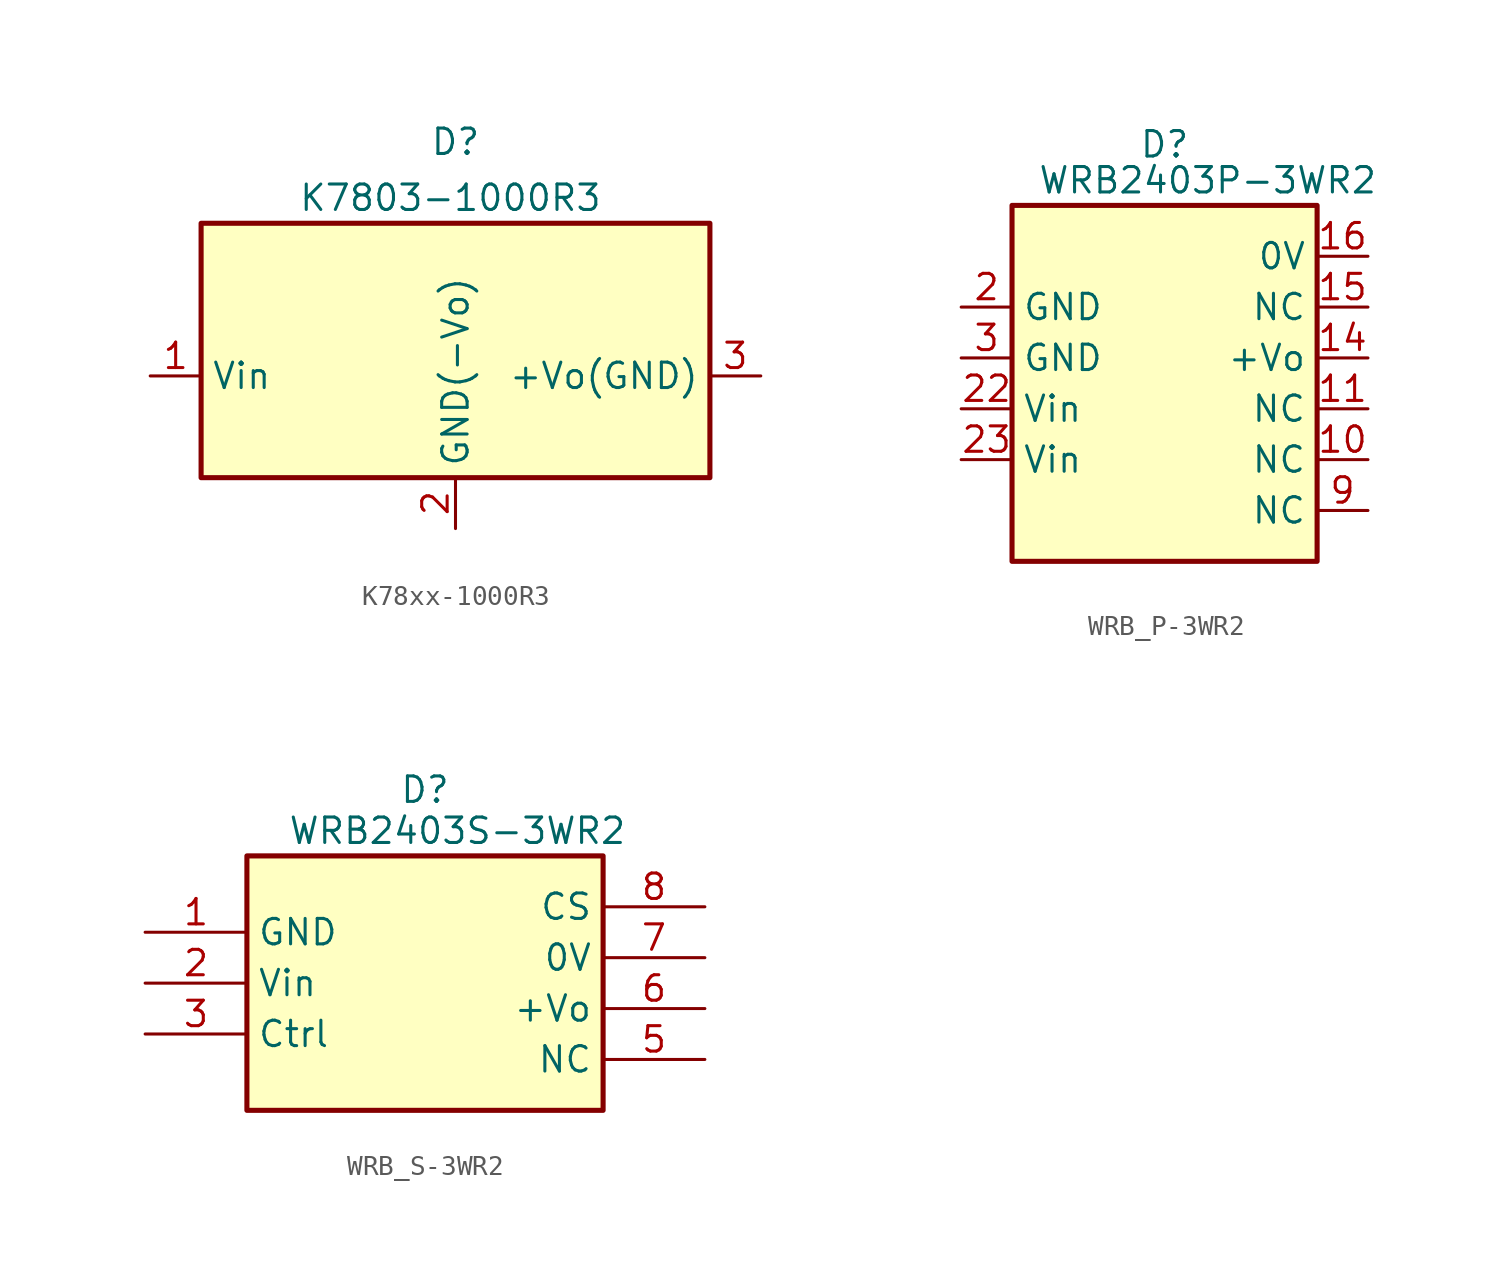
<source format=kicad_sym>
(kicad_symbol_lib
  (version 20231120)
  (generator "kicad_symbol_editor")
  (generator_version "8.0")
  (symbol "K78xx-1000R3"
    (property "Reference" "D"
      (at 0 11.684 0)
      (effects (font (size 1.27 1.27))))
    (property "Value" "K7803-1000R3"
      (at -0.254 8.89 0)
      (effects (font (size 1.27 1.27))))
    (symbol "K78xx-1000R3_1_0"
      (rectangle (start -12.7 7.62) (end 12.7 -5.08) (stroke (width 0.254) (type solid)) (fill (type background)))
      (pin passive line (at -15.24 0 0) (length 2.54) (name "Vin" (effects (font (size 1.27 1.27)))) (number "1" (effects (font (size 1.27 1.27)))))
      (pin passive line (at 0 -7.62 90) (length 2.54) (name "GND(-Vo)" (effects (font (size 1.27 1.27)))) (number "2" (effects (font (size 1.27 1.27)))))
      (pin passive line (at 15.24 0 180) (length 2.54) (name "+Vo(GND)" (effects (font (size 1.27 1.27)))) (number "3" (effects (font (size 1.27 1.27)))))))
  (symbol "WRB_P-3WR2"
    (property "Reference" "D"
      (at 0 3.048 0)
      (effects (font (size 1.27 1.27))))
    (property "Value" "WRB2403P-3WR2"
      (at -6.35 0.508 0)
      (effects (font (size 1.27 1.27)) (justify left bottom)))
    (symbol "WRB_P-3WR2_1_0"
      (rectangle (start -7.62 0) (end 7.62 -17.78) (stroke (width 0.254) (type solid)) (fill (type background)))
      (pin passive line (at 10.16 -12.7 180) (length 2.54) (name "NC" (effects (font (size 1.27 1.27)))) (number "10" (effects (font (size 1.27 1.27)))))
      (pin passive line (at 10.16 -10.16 180) (length 2.54) (name "NC" (effects (font (size 1.27 1.27)))) (number "11" (effects (font (size 1.27 1.27)))))
      (pin passive line (at 10.16 -7.62 180) (length 2.54) (name "+Vo" (effects (font (size 1.27 1.27)))) (number "14" (effects (font (size 1.27 1.27)))))
      (pin passive line (at 10.16 -5.08 180) (length 2.54) (name "NC" (effects (font (size 1.27 1.27)))) (number "15" (effects (font (size 1.27 1.27)))))
      (pin passive line (at 10.16 -2.54 180) (length 2.54) (name "0V" (effects (font (size 1.27 1.27)))) (number "16" (effects (font (size 1.27 1.27)))))
      (pin passive line (at -10.16 -5.08 0) (length 2.54) (name "GND" (effects (font (size 1.27 1.27)))) (number "2" (effects (font (size 1.27 1.27)))))
      (pin passive line (at -10.16 -10.16 0) (length 2.54) (name "Vin" (effects (font (size 1.27 1.27)))) (number "22" (effects (font (size 1.27 1.27)))))
      (pin passive line (at -10.16 -12.7 0) (length 2.54) (name "Vin" (effects (font (size 1.27 1.27)))) (number "23" (effects (font (size 1.27 1.27)))))
      (pin passive line (at -10.16 -7.62 0) (length 2.54) (name "GND" (effects (font (size 1.27 1.27)))) (number "3" (effects (font (size 1.27 1.27)))))
      (pin passive line (at 10.16 -15.24 180) (length 2.54) (name "NC" (effects (font (size 1.27 1.27)))) (number "9" (effects (font (size 1.27 1.27)))))))
  (symbol "WRB_S-3WR2"
    (property "Reference" "D"
      (at 0 9.652 0)
      (effects (font (size 1.27 1.27))))
    (property "Value" "WRB2403S-3WR2"
      (at -6.858 6.858 0)
      (effects (font (size 1.27 1.27)) (justify left bottom)))
    (symbol "WRB_S-3WR2_1_0"
      (rectangle (start -8.89 6.35) (end 8.89 -6.35) (stroke (width 0.254) (type solid)) (fill (type background)))
      (pin passive line (at -13.97 2.54 0) (length 5.08) (name "GND" (effects (font (size 1.27 1.27)))) (number "1" (effects (font (size 1.27 1.27)))))
      (pin passive line (at -13.97 0 0) (length 5.08) (name "Vin" (effects (font (size 1.27 1.27)))) (number "2" (effects (font (size 1.27 1.27)))))
      (pin passive line (at -13.97 -2.54 0) (length 5.08) (name "Ctrl" (effects (font (size 1.27 1.27)))) (number "3" (effects (font (size 1.27 1.27)))))
      (pin passive line (at 13.97 -3.81 180) (length 5.08) (name "NC" (effects (font (size 1.27 1.27)))) (number "5" (effects (font (size 1.27 1.27)))))
      (pin passive line (at 13.97 -1.27 180) (length 5.08) (name "+Vo" (effects (font (size 1.27 1.27)))) (number "6" (effects (font (size 1.27 1.27)))))
      (pin passive line (at 13.97 1.27 180) (length 5.08) (name "0V" (effects (font (size 1.27 1.27)))) (number "7" (effects (font (size 1.27 1.27)))))
      (pin passive line (at 13.97 3.81 180) (length 5.08) (name "CS" (effects (font (size 1.27 1.27)))) (number "8" (effects (font (size 1.27 1.27))))))))
</source>
